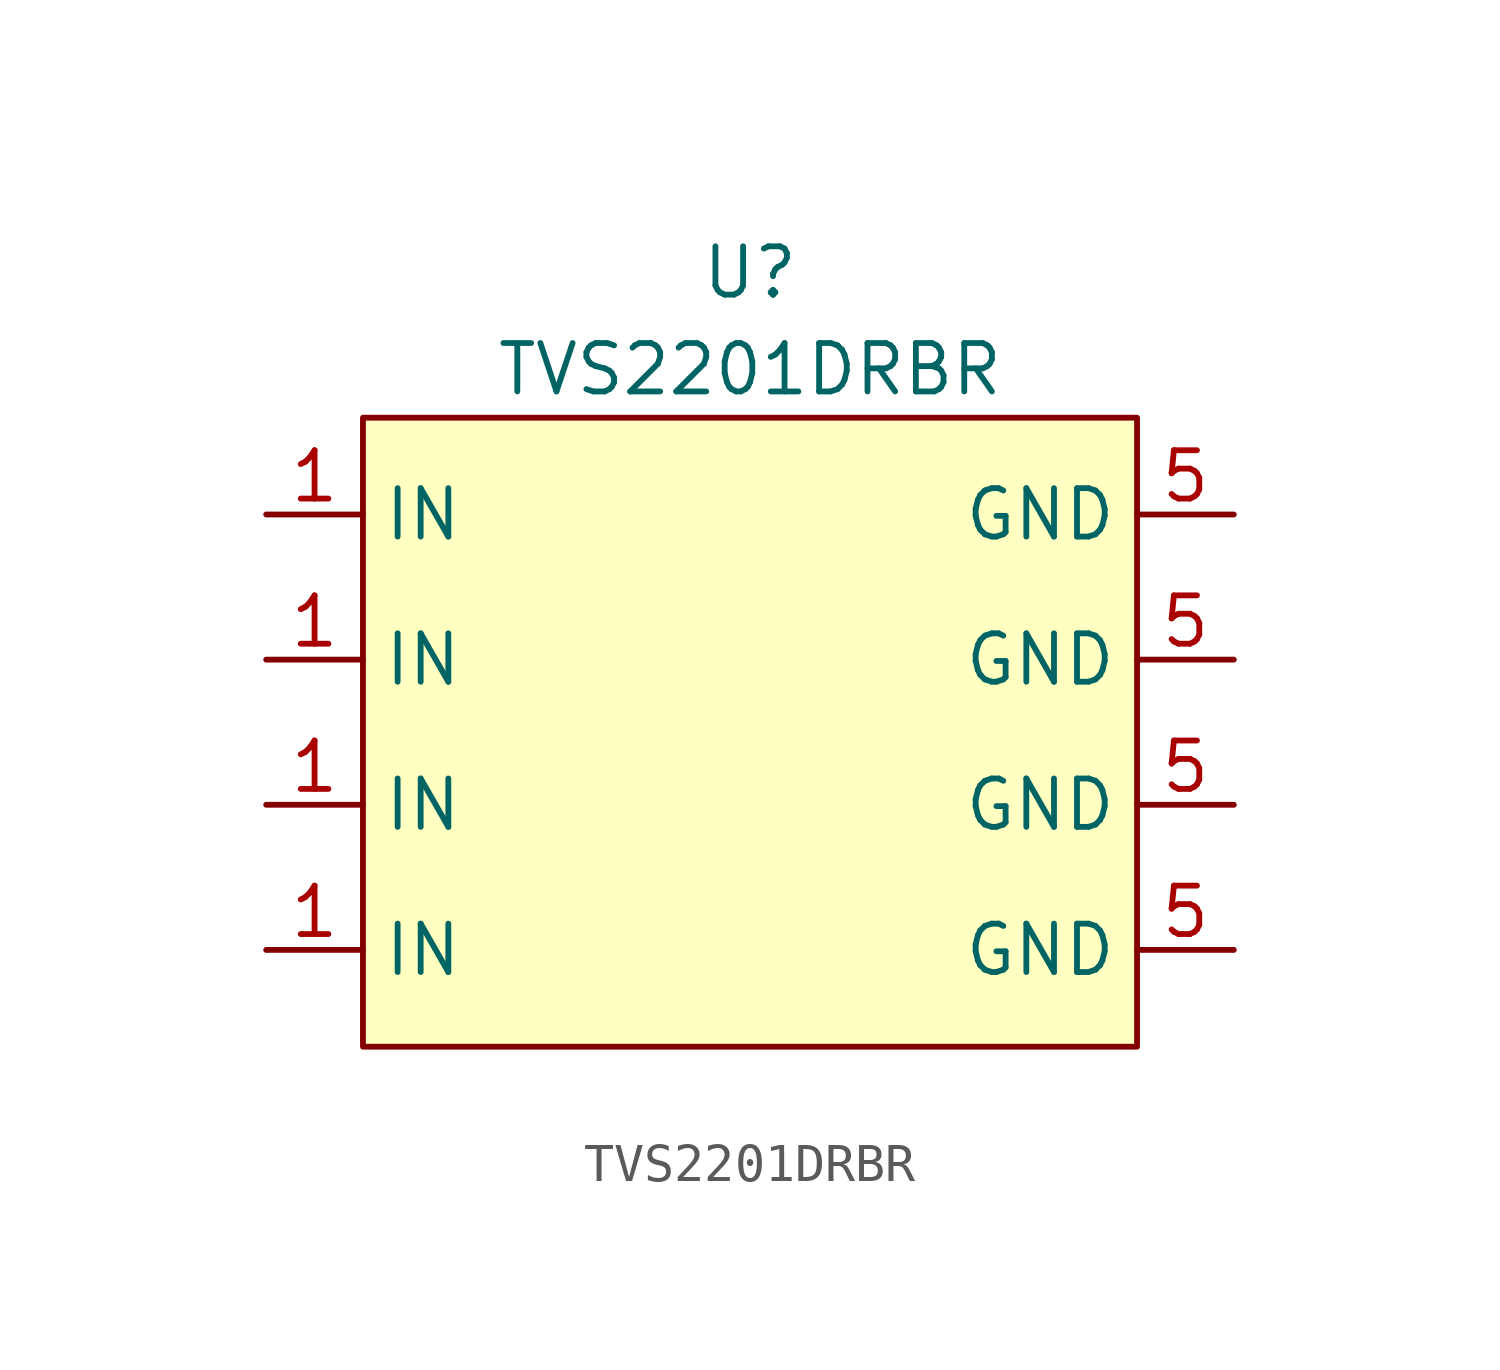
<source format=kicad_sym>
(kicad_symbol_lib
  (version 20211014)
  (generator kicad_symbol_editor)
  (symbol "TVS2201DRBR"
    (property "Reference" "U"
      (at 0 11.43 0)
      (effects (font (size 1.27 1.27))))
    (property "Value" "TVS2201DRBR"
      (at 0 8.89 0)
      (effects (font (size 1.27 1.27))))
    (symbol "TVS2201DRBR_0_1"
      (rectangle (start -10.16 7.62) (end 10.16 -8.89) (stroke (width 0.152) (type default) (color 0 0 0 0)) (fill (type background))))
    (symbol "TVS2201DRBR_1_1"
      (pin input line (at -12.7 -6.35 0) (length 2.54) (name "IN" (effects (font (size 1.27 1.27)))) (number "1" (effects (font (size 1.27 1.27)))))
      (pin input line (at -12.7 -2.54 0) (length 2.54) (name "IN" (effects (font (size 1.27 1.27)))) (number "1" (effects (font (size 1.27 1.27)))))
      (pin input line (at -12.7 1.27 0) (length 2.54) (name "IN" (effects (font (size 1.27 1.27)))) (number "1" (effects (font (size 1.27 1.27)))))
      (pin input line (at -12.7 5.08 0) (length 2.54) (name "IN" (effects (font (size 1.27 1.27)))) (number "1" (effects (font (size 1.27 1.27)))))
      (pin input line (at 12.7 -6.35 180) (length 2.54) (name "GND" (effects (font (size 1.27 1.27)))) (number "5" (effects (font (size 1.27 1.27)))))
      (pin input line (at 12.7 -2.54 180) (length 2.54) (name "GND" (effects (font (size 1.27 1.27)))) (number "5" (effects (font (size 1.27 1.27)))))
      (pin input line (at 12.7 1.27 180) (length 2.54) (name "GND" (effects (font (size 1.27 1.27)))) (number "5" (effects (font (size 1.27 1.27)))))
      (pin input line (at 12.7 5.08 180) (length 2.54) (name "GND" (effects (font (size 1.27 1.27)))) (number "5" (effects (font (size 1.27 1.27))))))))
</source>
